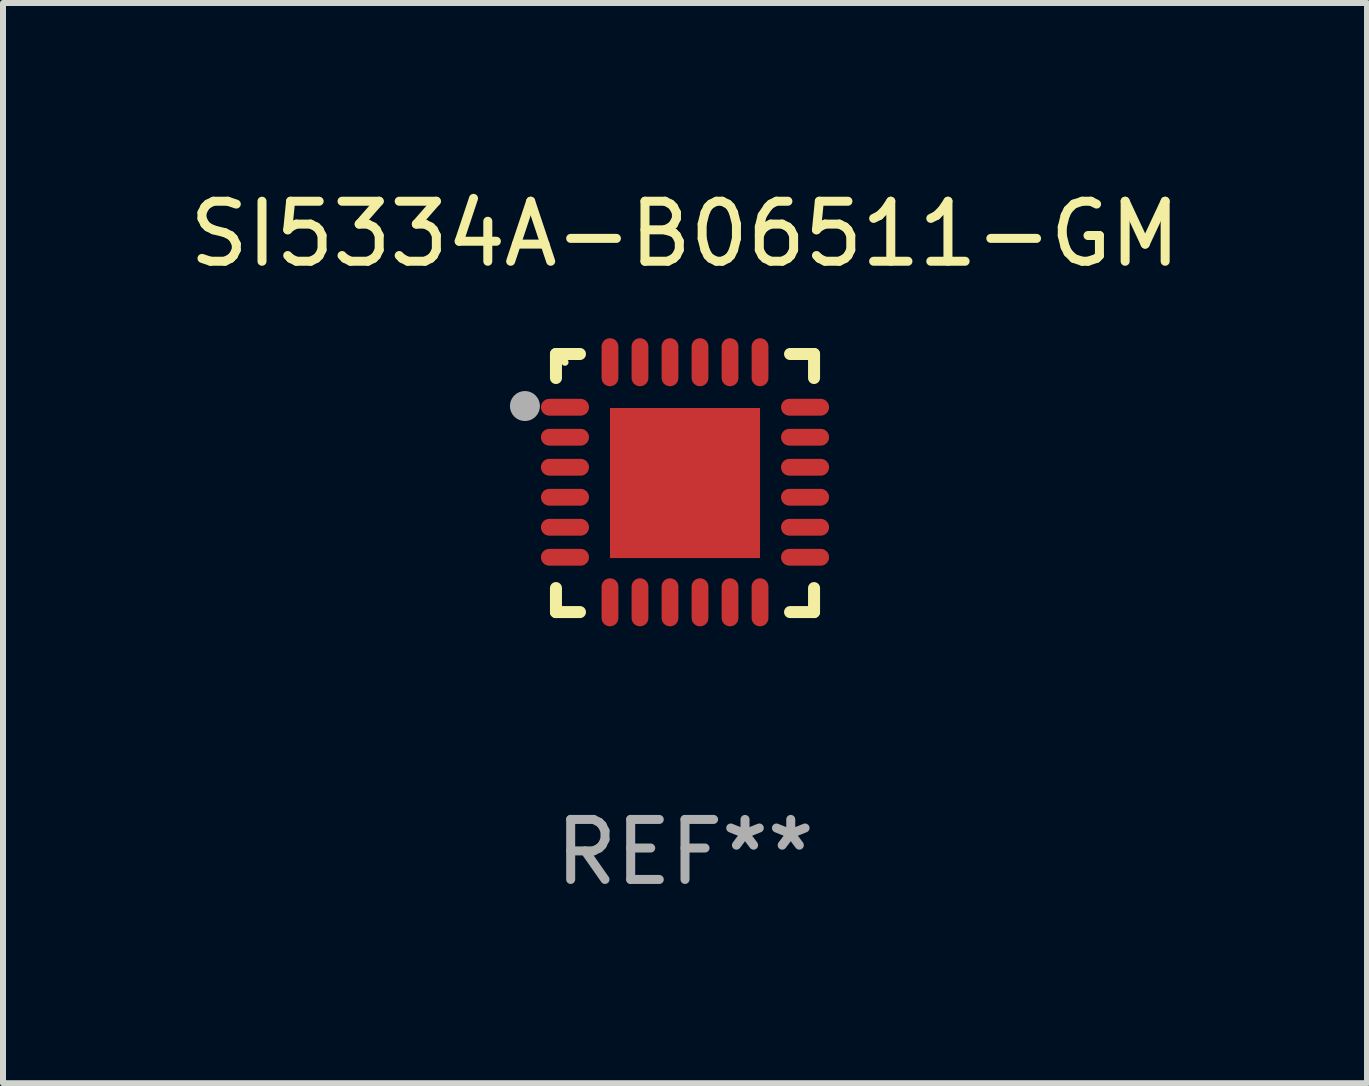
<source format=kicad_pcb>
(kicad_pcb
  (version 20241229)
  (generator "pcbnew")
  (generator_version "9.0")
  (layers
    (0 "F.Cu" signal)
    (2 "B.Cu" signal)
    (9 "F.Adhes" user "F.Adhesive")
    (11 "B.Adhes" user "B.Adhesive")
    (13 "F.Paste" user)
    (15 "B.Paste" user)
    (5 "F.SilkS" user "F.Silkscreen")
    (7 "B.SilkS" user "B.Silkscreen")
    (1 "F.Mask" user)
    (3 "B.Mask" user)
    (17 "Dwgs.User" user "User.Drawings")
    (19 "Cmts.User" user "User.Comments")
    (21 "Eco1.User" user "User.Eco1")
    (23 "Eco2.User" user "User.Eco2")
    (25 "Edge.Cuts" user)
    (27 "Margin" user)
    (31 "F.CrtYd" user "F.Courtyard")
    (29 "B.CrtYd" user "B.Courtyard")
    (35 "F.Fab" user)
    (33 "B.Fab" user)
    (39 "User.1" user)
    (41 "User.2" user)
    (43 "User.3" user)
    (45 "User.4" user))
  (footprint "SI5334A-B06511-GM"
    (layer "F.Cu")
    (at 8.363 4.998)
    (property "Reference" "SI5334A-B06511-GM" (at 0 -4.15 0) (layer "F.SilkS") (effects (font (size 1 1) (thickness 0.15))))
    (attr through_hole)
    (fp_line (start -2.15 -2.15) (end -1.75 -2.15) (stroke (width 0.2) (type solid)) (layer "F.SilkS"))
    (fp_line (start -2.15 -1.75) (end -2.15 -2.15) (stroke (width 0.2) (type solid)) (layer "F.SilkS"))
    (fp_line (start -2.15 2.15) (end -2.15 1.75) (stroke (width 0.2) (type solid)) (layer "F.SilkS"))
    (fp_line (start -1.75 2.15) (end -2.15 2.15) (stroke (width 0.2) (type solid)) (layer "F.SilkS"))
    (fp_line (start 1.75 -2.15) (end 2.15 -2.15) (stroke (width 0.2) (type solid)) (layer "F.SilkS"))
    (fp_line (start 1.75 2.15) (end 2.15 2.15) (stroke (width 0.2) (type solid)) (layer "F.SilkS"))
    (fp_line (start 2.15 -2.15) (end 2.15 -1.75) (stroke (width 0.2) (type solid)) (layer "F.SilkS"))
    (fp_line (start 2.15 2.15) (end 2.15 1.75) (stroke (width 0.2) (type solid)) (layer "F.SilkS"))
    (fp_circle (center -2 -2.013) (end -1.97 -2.013) (stroke (width 0.06) (type solid)) (fill no) (layer "F.SilkS"))
    (fp_circle (center -2.667 -1.283) (end -2.542 -1.283) (stroke (width 0.25) (type solid)) (fill no) (layer "F.Fab"))
    (fp_text user "REF**" (at 0 6.15 0) (layer "F.Fab") (effects (font (size 1 1) (thickness 0.15))))
    (pad "1" smd oval (at -2 -1.263) (size 0.8 0.28) (layers "F.Cu" "F.Mask" "F.Paste"))
    (pad "2" smd oval (at -2 -0.763) (size 0.8 0.28) (layers "F.Cu" "F.Mask" "F.Paste"))
    (pad "3" smd oval (at -2 -0.263) (size 0.8 0.28) (layers "F.Cu" "F.Mask" "F.Paste"))
    (pad "4" smd oval (at -2 0.237) (size 0.8 0.28) (layers "F.Cu" "F.Mask" "F.Paste"))
    (pad "5" smd oval (at -2 0.737) (size 0.8 0.28) (layers "F.Cu" "F.Mask" "F.Paste"))
    (pad "6" smd oval (at -2 1.237) (size 0.8 0.28) (layers "F.Cu" "F.Mask" "F.Paste"))
    (pad "7" smd oval (at -1.25 1.987) (size 0.28 0.8) (layers "F.Cu" "F.Mask" "F.Paste"))
    (pad "8" smd oval (at -0.75 1.987) (size 0.28 0.8) (layers "F.Cu" "F.Mask" "F.Paste"))
    (pad "9" smd oval (at -0.25 1.987) (size 0.28 0.8) (layers "F.Cu" "F.Mask" "F.Paste"))
    (pad "10" smd oval (at 0.25 1.987) (size 0.28 0.8) (layers "F.Cu" "F.Mask" "F.Paste"))
    (pad "11" smd oval (at 0.75 1.987) (size 0.28 0.8) (layers "F.Cu" "F.Mask" "F.Paste"))
    (pad "12" smd oval (at 1.25 1.987) (size 0.28 0.8) (layers "F.Cu" "F.Mask" "F.Paste"))
    (pad "13" smd oval (at 2 1.237) (size 0.8 0.28) (layers "F.Cu" "F.Mask" "F.Paste"))
    (pad "14" smd oval (at 2 0.737) (size 0.8 0.28) (layers "F.Cu" "F.Mask" "F.Paste"))
    (pad "15" smd oval (at 2 0.237) (size 0.8 0.28) (layers "F.Cu" "F.Mask" "F.Paste"))
    (pad "16" smd oval (at 2 -0.263) (size 0.8 0.28) (layers "F.Cu" "F.Mask" "F.Paste"))
    (pad "17" smd oval (at 2 -0.763) (size 0.8 0.28) (layers "F.Cu" "F.Mask" "F.Paste"))
    (pad "18" smd oval (at 2 -1.263) (size 0.8 0.28) (layers "F.Cu" "F.Mask" "F.Paste"))
    (pad "19" smd oval (at 1.25 -2.013) (size 0.28 0.8) (layers "F.Cu" "F.Mask" "F.Paste"))
    (pad "20" smd oval (at 0.75 -2.013) (size 0.28 0.8) (layers "F.Cu" "F.Mask" "F.Paste"))
    (pad "21" smd oval (at 0.25 -2.013) (size 0.28 0.8) (layers "F.Cu" "F.Mask" "F.Paste"))
    (pad "22" smd oval (at -0.25 -2.013) (size 0.28 0.8) (layers "F.Cu" "F.Mask" "F.Paste"))
    (pad "23" smd oval (at -0.75 -2.013) (size 0.28 0.8) (layers "F.Cu" "F.Mask" "F.Paste"))
    (pad "24" smd oval (at -1.25 -2.013) (size 0.28 0.8) (layers "F.Cu" "F.Mask" "F.Paste"))
    (pad "25" smd rect (at -0.000127 -0.00014) (size 2.5 2.5) (layers "F.Cu" "F.Mask" "F.Paste")))
  (gr_rect
    (start -3 -3)
    (end 19.726 14.997)
    (stroke (width 0.1) (type default))
    (fill no)
    (layer "Edge.Cuts")))
</source>
